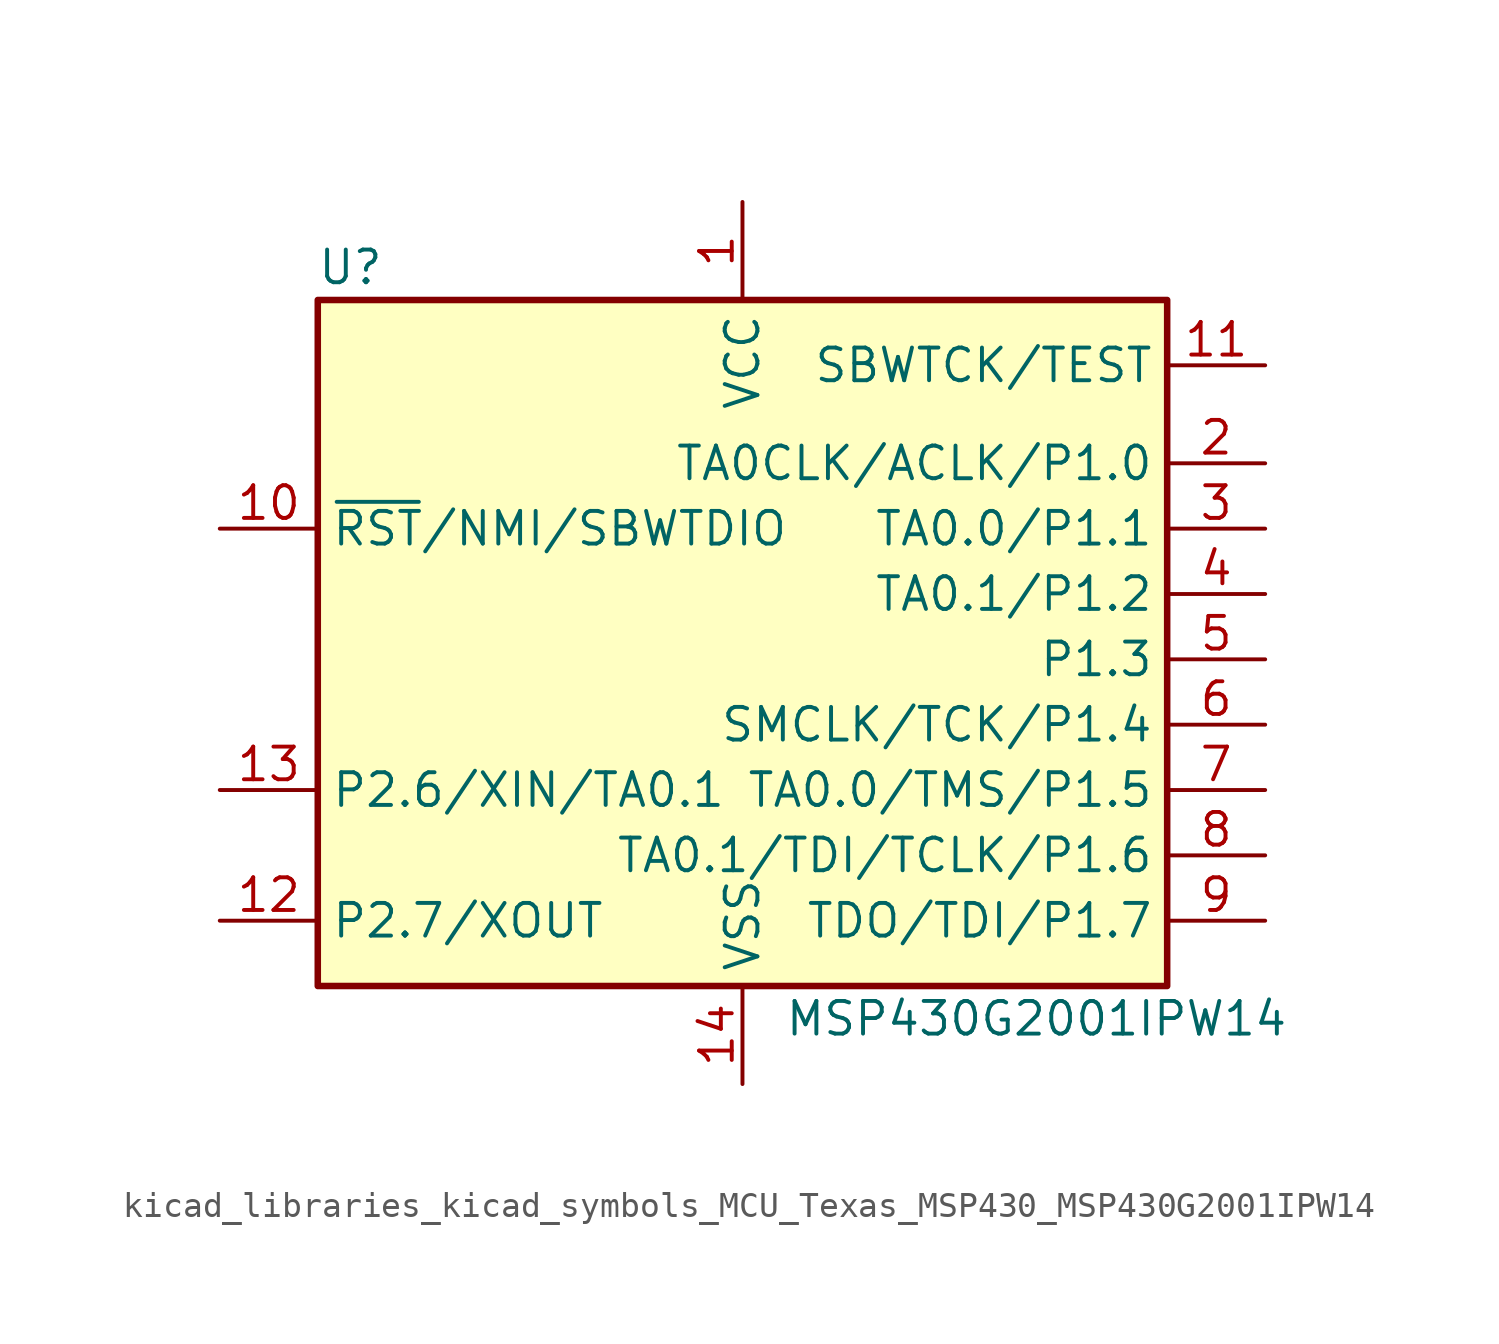
<source format=kicad_sym>
(kicad_symbol_lib
  (version 20220914)
  (generator kicad_symbol_editor)
  (symbol "kicad_libraries_kicad_symbols_MCU_Texas_MSP430_MSP430G2001IPW14"
    (property "Reference" "U"
      (at -15.24 15.24 0)
      (effects (font (size 1.27 1.27))))
    (property "Value" "MSP430G2001IPW14"
      (at 11.43 -13.97 0)
      (effects (font (size 1.27 1.27))))
    (symbol "kicad_libraries_kicad_symbols_MCU_Texas_MSP430_MSP430G2001IPW14_0_1"
      (rectangle (start -16.51 13.97) (end 16.51 -12.7) (stroke (width 0.254) (type default)) (fill (type background))))
    (symbol "kicad_libraries_kicad_symbols_MCU_Texas_MSP430_MSP430G2001IPW14_1_1"
      (pin power_in line (at 0 17.78 270) (length 3.81) (name "VCC" (effects (font (size 1.27 1.27)))) (number "1" (effects (font (size 1.27 1.27)))))
      (pin input line (at -20.32 5.08 0) (length 3.81) (name "~{RST}/NMI/SBWTDIO" (effects (font (size 1.27 1.27)))) (number "10" (effects (font (size 1.27 1.27)))))
      (pin input line (at 20.32 11.43 180) (length 3.81) (name "SBWTCK/TEST" (effects (font (size 1.27 1.27)))) (number "11" (effects (font (size 1.27 1.27)))))
      (pin bidirectional line (at -20.32 -10.16 0) (length 3.81) (name "P2.7/XOUT" (effects (font (size 1.27 1.27)))) (number "12" (effects (font (size 1.27 1.27)))))
      (pin bidirectional line (at -20.32 -5.08 0) (length 3.81) (name "P2.6/XIN/TA0.1" (effects (font (size 1.27 1.27)))) (number "13" (effects (font (size 1.27 1.27)))))
      (pin power_in line (at 0 -16.51 90) (length 3.81) (name "VSS" (effects (font (size 1.27 1.27)))) (number "14" (effects (font (size 1.27 1.27)))))
      (pin bidirectional line (at 20.32 7.62 180) (length 3.81) (name "TA0CLK/ACLK/P1.0" (effects (font (size 1.27 1.27)))) (number "2" (effects (font (size 1.27 1.27)))))
      (pin bidirectional line (at 20.32 5.08 180) (length 3.81) (name "TA0.0/P1.1" (effects (font (size 1.27 1.27)))) (number "3" (effects (font (size 1.27 1.27)))))
      (pin bidirectional line (at 20.32 2.54 180) (length 3.81) (name "TA0.1/P1.2" (effects (font (size 1.27 1.27)))) (number "4" (effects (font (size 1.27 1.27)))))
      (pin bidirectional line (at 20.32 0 180) (length 3.81) (name "P1.3" (effects (font (size 1.27 1.27)))) (number "5" (effects (font (size 1.27 1.27)))))
      (pin bidirectional line (at 20.32 -2.54 180) (length 3.81) (name "SMCLK/TCK/P1.4" (effects (font (size 1.27 1.27)))) (number "6" (effects (font (size 1.27 1.27)))))
      (pin bidirectional line (at 20.32 -5.08 180) (length 3.81) (name "TA0.0/TMS/P1.5" (effects (font (size 1.27 1.27)))) (number "7" (effects (font (size 1.27 1.27)))))
      (pin bidirectional line (at 20.32 -7.62 180) (length 3.81) (name "TA0.1/TDI/TCLK/P1.6" (effects (font (size 1.27 1.27)))) (number "8" (effects (font (size 1.27 1.27)))))
      (pin bidirectional line (at 20.32 -10.16 180) (length 3.81) (name "TDO/TDI/P1.7" (effects (font (size 1.27 1.27)))) (number "9" (effects (font (size 1.27 1.27))))))))
</source>
